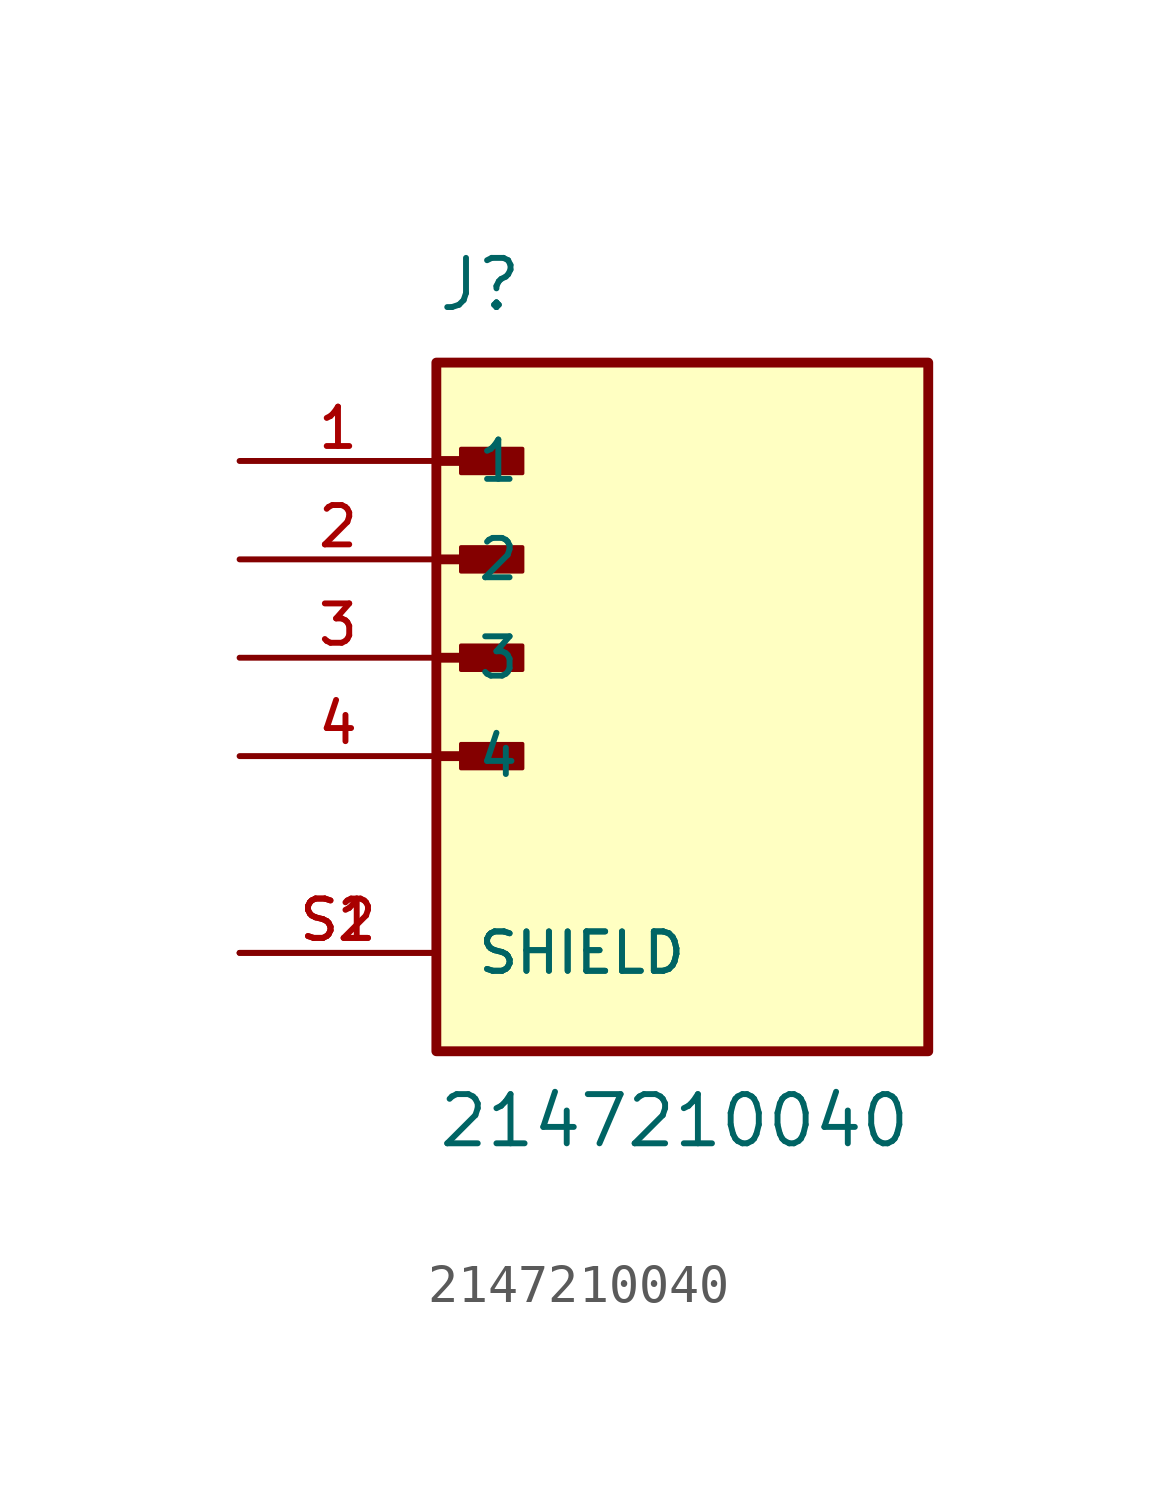
<source format=kicad_sym>
(kicad_symbol_lib
  (version 20211014)
  (generator kicad_symbol_editor)
  (symbol "2147210040"
    (pin_names
      (offset 1.016))
    (property "Reference" "J"
      (at 0.0 8.89 0)
      (effects (font (size 1.27 1.27)) (justify bottom left)))
    (property "Value" "2147210040"
      (at 0.0 -12.7 0)
      (effects (font (size 1.27 1.27)) (justify bottom left)))
    (symbol "2147210040_0_0"
      (polyline (pts (xy 0.0 5.08) (xy 1.905 5.08)) (stroke (width 0.254)))
      (rectangle (start 0.635 4.763) (end 2.223 5.397) (stroke (width 0.1)) (fill (type outline)))
      (polyline (pts (xy 0.0 2.54) (xy 1.905 2.54)) (stroke (width 0.254)))
      (rectangle (start 0.635 2.223) (end 2.223 2.857) (stroke (width 0.1)) (fill (type outline)))
      (polyline (pts (xy 0.0 0.0) (xy 1.905 0.0)) (stroke (width 0.254)))
      (rectangle (start 0.635 -0.318) (end 2.223 0.318) (stroke (width 0.1)) (fill (type outline)))
      (polyline (pts (xy 0.0 -2.54) (xy 1.905 -2.54)) (stroke (width 0.254)))
      (rectangle (start 0.635 -2.857) (end 2.223 -2.223) (stroke (width 0.1)) (fill (type outline)))
      (rectangle (start 8.881784197e-16 -10.16) (end 12.7 7.62) (stroke (width 0.254)) (fill (type background)))
      (pin passive line (at -5.08 5.08 0) (length 5.08) (name "1" (effects (font (size 1.016 1.016)))) (number "1" (effects (font (size 1.016 1.016)))))
      (pin passive line (at -5.08 2.54 0) (length 5.08) (name "2" (effects (font (size 1.016 1.016)))) (number "2" (effects (font (size 1.016 1.016)))))
      (pin passive line (at -5.08 0.0 0) (length 5.08) (name "3" (effects (font (size 1.016 1.016)))) (number "3" (effects (font (size 1.016 1.016)))))
      (pin passive line (at -5.08 -2.54 0) (length 5.08) (name "4" (effects (font (size 1.016 1.016)))) (number "4" (effects (font (size 1.016 1.016)))))
      (pin passive line (at -5.08 -7.62 0) (length 5.08) (name "SHIELD" (effects (font (size 1.016 1.016)))) (number "S1" (effects (font (size 1.016 1.016)))))
      (pin passive line (at -5.08 -7.62 0) (length 5.08) (name "SHIELD" (effects (font (size 1.016 1.016)))) (number "S2" (effects (font (size 1.016 1.016))))))))
</source>
